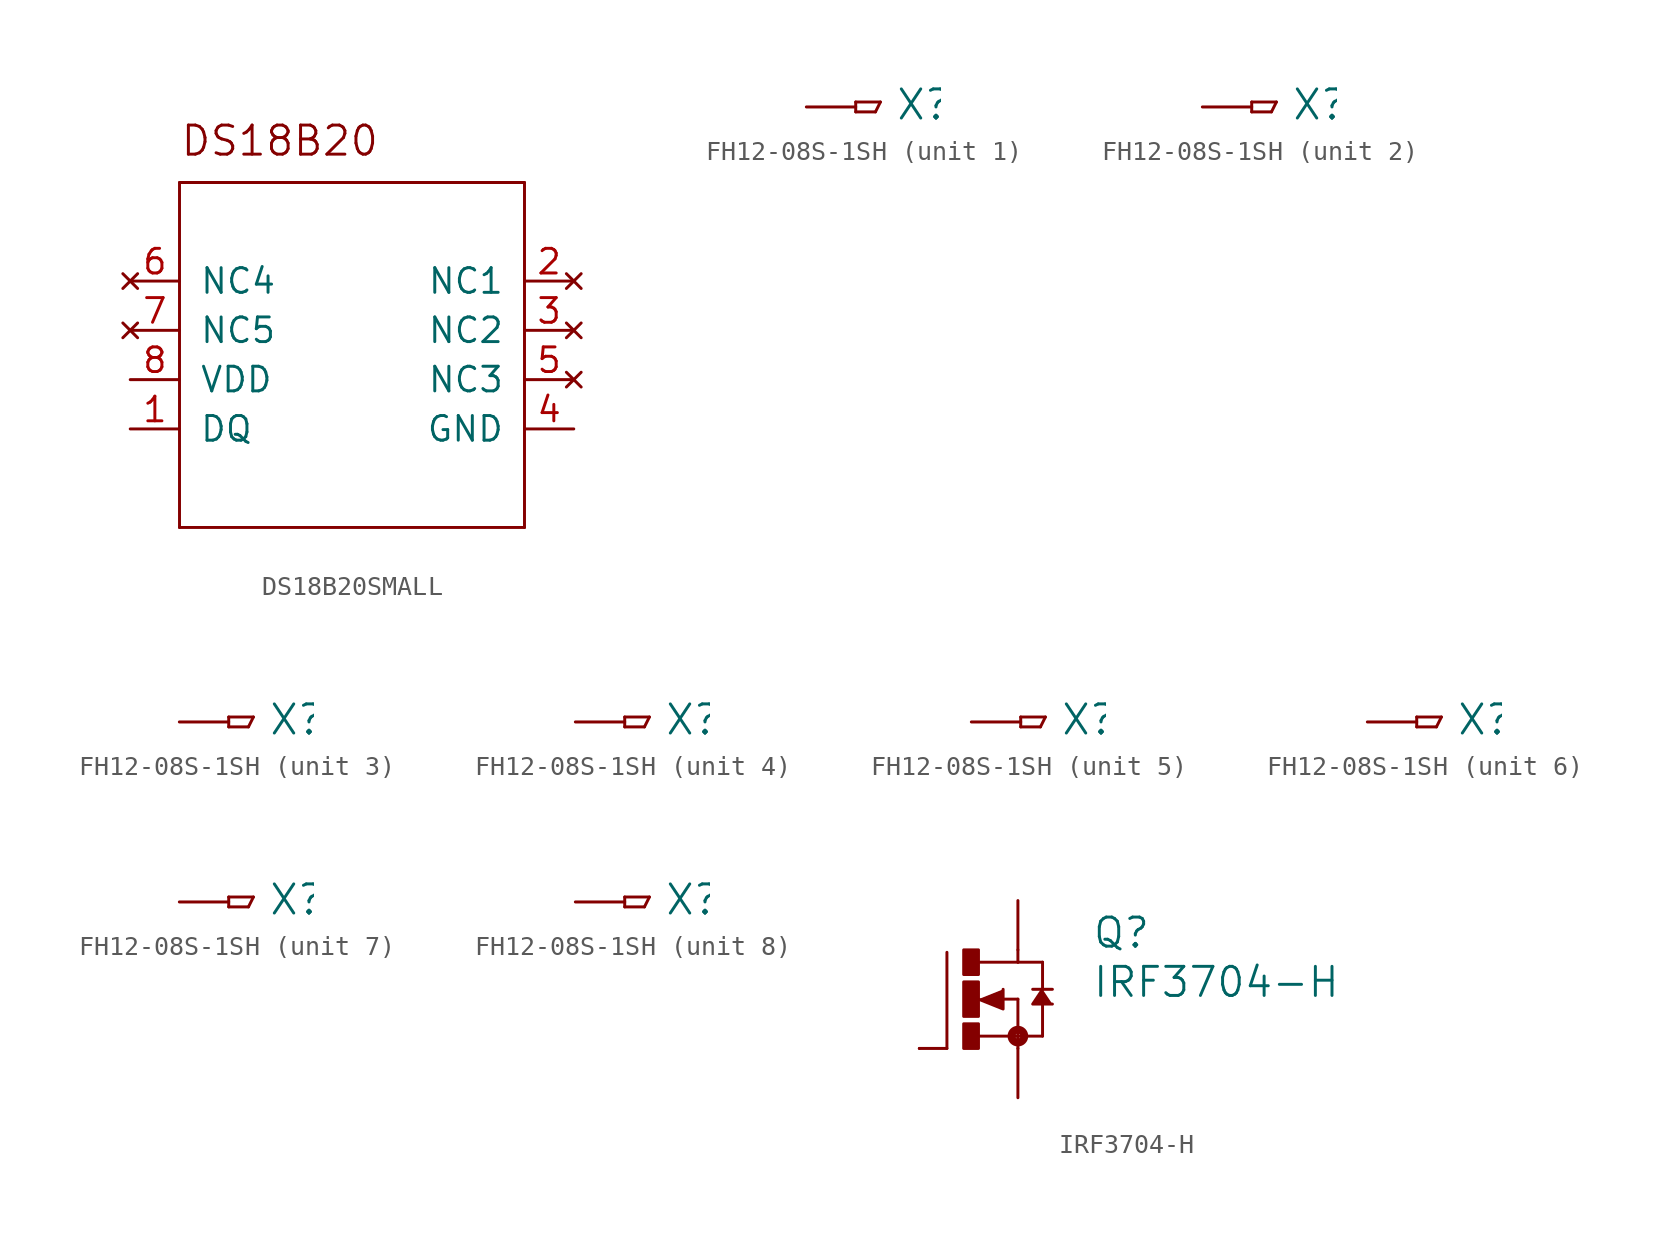
<source format=kicad_sym>
(kicad_symbol_lib
  (version 20211014)
  (generator kicad_symbol_editor)
  (symbol "DS18B20SMALL"
    (pin_names
      (offset 1.016))
    (property "Reference" ""
      (at 0 0 0)
      (effects (font (size 1.27 1.27)) hide))
    (property "ki_locked" ""
      (at 0 0 0)
      (effects (font (size 1.27 1.27))))
    (symbol "DS18B20SMALL_1_0"
      (polyline (pts (xy -10.16 -7.62) (xy -10.16 10.16)) (stroke (width 0) (type default) (color 0 0 0 0)) (fill (type none)))
      (polyline (pts (xy -10.16 10.16) (xy 7.62 10.16)) (stroke (width 0) (type default) (color 0 0 0 0)) (fill (type none)))
      (polyline (pts (xy 7.62 -7.62) (xy -10.16 -7.62)) (stroke (width 0) (type default) (color 0 0 0 0)) (fill (type none)))
      (polyline (pts (xy 7.62 10.16) (xy 7.62 -7.62)) (stroke (width 0) (type default) (color 0 0 0 0)) (fill (type none)))
      (text "DS18B20" (at -10.16 11.43 0) (effects (font (size 1.499 1.499)) (justify left bottom)))
      (pin bidirectional line (at -12.7 -2.54 0) (length 2.54) (name "DQ" (effects (font (size 1.27 1.27)))) (number "1" (effects (font (size 1.27 1.27)))))
      (pin no_connect line (at 10.16 5.08 180) (length 2.54) (name "NC1" (effects (font (size 1.27 1.27)))) (number "2" (effects (font (size 1.27 1.27)))))
      (pin no_connect line (at 10.16 2.54 180) (length 2.54) (name "NC2" (effects (font (size 1.27 1.27)))) (number "3" (effects (font (size 1.27 1.27)))))
      (pin power_in line (at 10.16 -2.54 180) (length 2.54) (name "GND" (effects (font (size 1.27 1.27)))) (number "4" (effects (font (size 1.27 1.27)))))
      (pin no_connect line (at 10.16 0 180) (length 2.54) (name "NC3" (effects (font (size 1.27 1.27)))) (number "5" (effects (font (size 1.27 1.27)))))
      (pin no_connect line (at -12.7 5.08 0) (length 2.54) (name "NC4" (effects (font (size 1.27 1.27)))) (number "6" (effects (font (size 1.27 1.27)))))
      (pin no_connect line (at -12.7 2.54 0) (length 2.54) (name "NC5" (effects (font (size 1.27 1.27)))) (number "7" (effects (font (size 1.27 1.27)))))
      (pin power_in line (at -12.7 0 0) (length 2.54) (name "VDD" (effects (font (size 1.27 1.27)))) (number "8" (effects (font (size 1.27 1.27)))))))
  (symbol "FH12-08S-1SH"
    (pin_names
      (offset 1.016))
    (property "Reference" "X"
      (at 2.032 -0.762 0)
      (effects (font (size 1.499 1.499)) (justify left bottom)))
    (property "ki_locked" ""
      (at 0 0 0)
      (effects (font (size 1.27 1.27))))
    (symbol "FH12-08S-1SH_1_0"
      (polyline (pts (xy 0 -0.254) (xy 1.016 -0.254)) (stroke (width 0) (type default) (color 0 0 0 0)) (fill (type none)))
      (polyline (pts (xy 0 0.254) (xy 0 -0.254)) (stroke (width 0) (type default) (color 0 0 0 0)) (fill (type none)))
      (polyline (pts (xy 1.016 -0.254) (xy 1.27 0.254)) (stroke (width 0) (type default) (color 0 0 0 0)) (fill (type none)))
      (polyline (pts (xy 1.27 0.254) (xy 0 0.254)) (stroke (width 0) (type default) (color 0 0 0 0)) (fill (type none)))
      (pin passive line (at -2.54 0 0) (length 2.54) (name "1" (effects (font (size 0 0)))) (number "1" (effects (font (size 0 0))))))
    (symbol "FH12-08S-1SH_2_0"
      (polyline (pts (xy 0 -0.254) (xy 1.016 -0.254)) (stroke (width 0) (type default) (color 0 0 0 0)) (fill (type none)))
      (polyline (pts (xy 0 0.254) (xy 0 -0.254)) (stroke (width 0) (type default) (color 0 0 0 0)) (fill (type none)))
      (polyline (pts (xy 1.016 -0.254) (xy 1.27 0.254)) (stroke (width 0) (type default) (color 0 0 0 0)) (fill (type none)))
      (polyline (pts (xy 1.27 0.254) (xy 0 0.254)) (stroke (width 0) (type default) (color 0 0 0 0)) (fill (type none)))
      (pin passive line (at -2.54 0 0) (length 2.54) (name "1" (effects (font (size 0 0)))) (number "2" (effects (font (size 0 0))))))
    (symbol "FH12-08S-1SH_3_0"
      (polyline (pts (xy 0 -0.254) (xy 1.016 -0.254)) (stroke (width 0) (type default) (color 0 0 0 0)) (fill (type none)))
      (polyline (pts (xy 0 0.254) (xy 0 -0.254)) (stroke (width 0) (type default) (color 0 0 0 0)) (fill (type none)))
      (polyline (pts (xy 1.016 -0.254) (xy 1.27 0.254)) (stroke (width 0) (type default) (color 0 0 0 0)) (fill (type none)))
      (polyline (pts (xy 1.27 0.254) (xy 0 0.254)) (stroke (width 0) (type default) (color 0 0 0 0)) (fill (type none)))
      (pin passive line (at -2.54 0 0) (length 2.54) (name "1" (effects (font (size 0 0)))) (number "3" (effects (font (size 0 0))))))
    (symbol "FH12-08S-1SH_4_0"
      (polyline (pts (xy 0 -0.254) (xy 1.016 -0.254)) (stroke (width 0) (type default) (color 0 0 0 0)) (fill (type none)))
      (polyline (pts (xy 0 0.254) (xy 0 -0.254)) (stroke (width 0) (type default) (color 0 0 0 0)) (fill (type none)))
      (polyline (pts (xy 1.016 -0.254) (xy 1.27 0.254)) (stroke (width 0) (type default) (color 0 0 0 0)) (fill (type none)))
      (polyline (pts (xy 1.27 0.254) (xy 0 0.254)) (stroke (width 0) (type default) (color 0 0 0 0)) (fill (type none)))
      (pin passive line (at -2.54 0 0) (length 2.54) (name "1" (effects (font (size 0 0)))) (number "4" (effects (font (size 0 0))))))
    (symbol "FH12-08S-1SH_5_0"
      (polyline (pts (xy 0 -0.254) (xy 1.016 -0.254)) (stroke (width 0) (type default) (color 0 0 0 0)) (fill (type none)))
      (polyline (pts (xy 0 0.254) (xy 0 -0.254)) (stroke (width 0) (type default) (color 0 0 0 0)) (fill (type none)))
      (polyline (pts (xy 1.016 -0.254) (xy 1.27 0.254)) (stroke (width 0) (type default) (color 0 0 0 0)) (fill (type none)))
      (polyline (pts (xy 1.27 0.254) (xy 0 0.254)) (stroke (width 0) (type default) (color 0 0 0 0)) (fill (type none)))
      (pin passive line (at -2.54 0 0) (length 2.54) (name "1" (effects (font (size 0 0)))) (number "5" (effects (font (size 0 0))))))
    (symbol "FH12-08S-1SH_6_0"
      (polyline (pts (xy 0 -0.254) (xy 1.016 -0.254)) (stroke (width 0) (type default) (color 0 0 0 0)) (fill (type none)))
      (polyline (pts (xy 0 0.254) (xy 0 -0.254)) (stroke (width 0) (type default) (color 0 0 0 0)) (fill (type none)))
      (polyline (pts (xy 1.016 -0.254) (xy 1.27 0.254)) (stroke (width 0) (type default) (color 0 0 0 0)) (fill (type none)))
      (polyline (pts (xy 1.27 0.254) (xy 0 0.254)) (stroke (width 0) (type default) (color 0 0 0 0)) (fill (type none)))
      (pin passive line (at -2.54 0 0) (length 2.54) (name "1" (effects (font (size 0 0)))) (number "6" (effects (font (size 0 0))))))
    (symbol "FH12-08S-1SH_7_0"
      (polyline (pts (xy 0 -0.254) (xy 1.016 -0.254)) (stroke (width 0) (type default) (color 0 0 0 0)) (fill (type none)))
      (polyline (pts (xy 0 0.254) (xy 0 -0.254)) (stroke (width 0) (type default) (color 0 0 0 0)) (fill (type none)))
      (polyline (pts (xy 1.016 -0.254) (xy 1.27 0.254)) (stroke (width 0) (type default) (color 0 0 0 0)) (fill (type none)))
      (polyline (pts (xy 1.27 0.254) (xy 0 0.254)) (stroke (width 0) (type default) (color 0 0 0 0)) (fill (type none)))
      (pin passive line (at -2.54 0 0) (length 2.54) (name "1" (effects (font (size 0 0)))) (number "7" (effects (font (size 0 0))))))
    (symbol "FH12-08S-1SH_8_0"
      (polyline (pts (xy 0 -0.254) (xy 1.016 -0.254)) (stroke (width 0) (type default) (color 0 0 0 0)) (fill (type none)))
      (polyline (pts (xy 0 0.254) (xy 0 -0.254)) (stroke (width 0) (type default) (color 0 0 0 0)) (fill (type none)))
      (polyline (pts (xy 1.016 -0.254) (xy 1.27 0.254)) (stroke (width 0) (type default) (color 0 0 0 0)) (fill (type none)))
      (polyline (pts (xy 1.27 0.254) (xy 0 0.254)) (stroke (width 0) (type default) (color 0 0 0 0)) (fill (type none)))
      (pin passive line (at -2.54 0 0) (length 2.54) (name "1" (effects (font (size 0 0)))) (number "8" (effects (font (size 0 0)))))))
  (symbol "IRF3704-H"
    (pin_names
      (offset 1.016))
    (property "Reference" "Q"
      (at 6.35 2.54 0)
      (effects (font (size 1.499 1.499)) (justify left bottom)))
    (property "Value" "IRF3704-H"
      (at 6.35 0 0)
      (effects (font (size 1.499 1.499)) (justify left bottom)))
    (property "ki_locked" ""
      (at 0 0 0)
      (effects (font (size 1.27 1.27))))
    (symbol "IRF3704-H_1_0"
      (rectangle (start -0.254 -2.54) (end 0.508 -1.27) (stroke (width 0) (type default) (color 0 0 0 0)) (fill (type outline)))
      (rectangle (start -0.254 -0.889) (end 0.508 0.889) (stroke (width 0) (type default) (color 0 0 0 0)) (fill (type outline)))
      (rectangle (start -0.254 1.27) (end 0.508 2.54) (stroke (width 0) (type default) (color 0 0 0 0)) (fill (type outline)))
      (polyline (pts (xy -1.118 -2.54) (xy -2.54 -2.54)) (stroke (width 0) (type default) (color 0 0 0 0)) (fill (type none)))
      (polyline (pts (xy -1.118 2.413) (xy -1.118 -2.54)) (stroke (width 0) (type default) (color 0 0 0 0)) (fill (type none)))
      (polyline (pts (xy 0.508 -1.905) (xy 2.54 -1.905)) (stroke (width 0) (type default) (color 0 0 0 0)) (fill (type none)))
      (polyline (pts (xy 1.651 0) (xy 2.54 0)) (stroke (width 0) (type default) (color 0 0 0 0)) (fill (type none)))
      (polyline (pts (xy 2.54 -1.905) (xy 2.54 -2.54)) (stroke (width 0) (type default) (color 0 0 0 0)) (fill (type none)))
      (polyline (pts (xy 2.54 0) (xy 2.54 -1.905)) (stroke (width 0) (type default) (color 0 0 0 0)) (fill (type none)))
      (polyline (pts (xy 2.54 1.905) (xy 0.533 1.905)) (stroke (width 0) (type default) (color 0 0 0 0)) (fill (type none)))
      (polyline (pts (xy 2.54 2.54) (xy 2.54 1.905)) (stroke (width 0) (type default) (color 0 0 0 0)) (fill (type none)))
      (polyline (pts (xy 3.302 0.508) (xy 3.81 0.508)) (stroke (width 0) (type default) (color 0 0 0 0)) (fill (type none)))
      (polyline (pts (xy 3.81 -1.905) (xy 2.54 -1.905)) (stroke (width 0) (type default) (color 0 0 0 0)) (fill (type none)))
      (polyline (pts (xy 3.81 -1.905) (xy 3.81 -0.127)) (stroke (width 0) (type default) (color 0 0 0 0)) (fill (type none)))
      (polyline (pts (xy 3.81 0.508) (xy 3.81 1.905)) (stroke (width 0) (type default) (color 0 0 0 0)) (fill (type none)))
      (polyline (pts (xy 3.81 0.508) (xy 4.318 0.508)) (stroke (width 0) (type default) (color 0 0 0 0)) (fill (type none)))
      (polyline (pts (xy 3.81 1.905) (xy 2.54 1.905)) (stroke (width 0) (type default) (color 0 0 0 0)) (fill (type none)))
      (polyline (pts (xy 0.508 0) (xy 1.778 -0.508) (xy 1.778 0.508)) (stroke (width 0) (type default) (color 0 0 0 0)) (fill (type outline)))
      (polyline (pts (xy 3.81 0.508) (xy 3.302 -0.254) (xy 4.318 -0.254)) (stroke (width 0) (type default) (color 0 0 0 0)) (fill (type outline)))
      (circle (center 2.54 -1.905) (radius 0.127) (stroke (width 0.406) (type default) (color 0 0 0 0)) (fill (type none)))
      (pin passive line (at 2.54 5.08 270) (length 2.54) (name "D" (effects (font (size 0 0)))) (number "D" (effects (font (size 0 0)))))
      (pin passive line (at -2.54 -2.54 0) (length 0) (name "G" (effects (font (size 0 0)))) (number "G" (effects (font (size 0 0)))))
      (pin passive line (at 2.54 -5.08 90) (length 2.54) (name "S" (effects (font (size 0 0)))) (number "S" (effects (font (size 0 0))))))))
</source>
